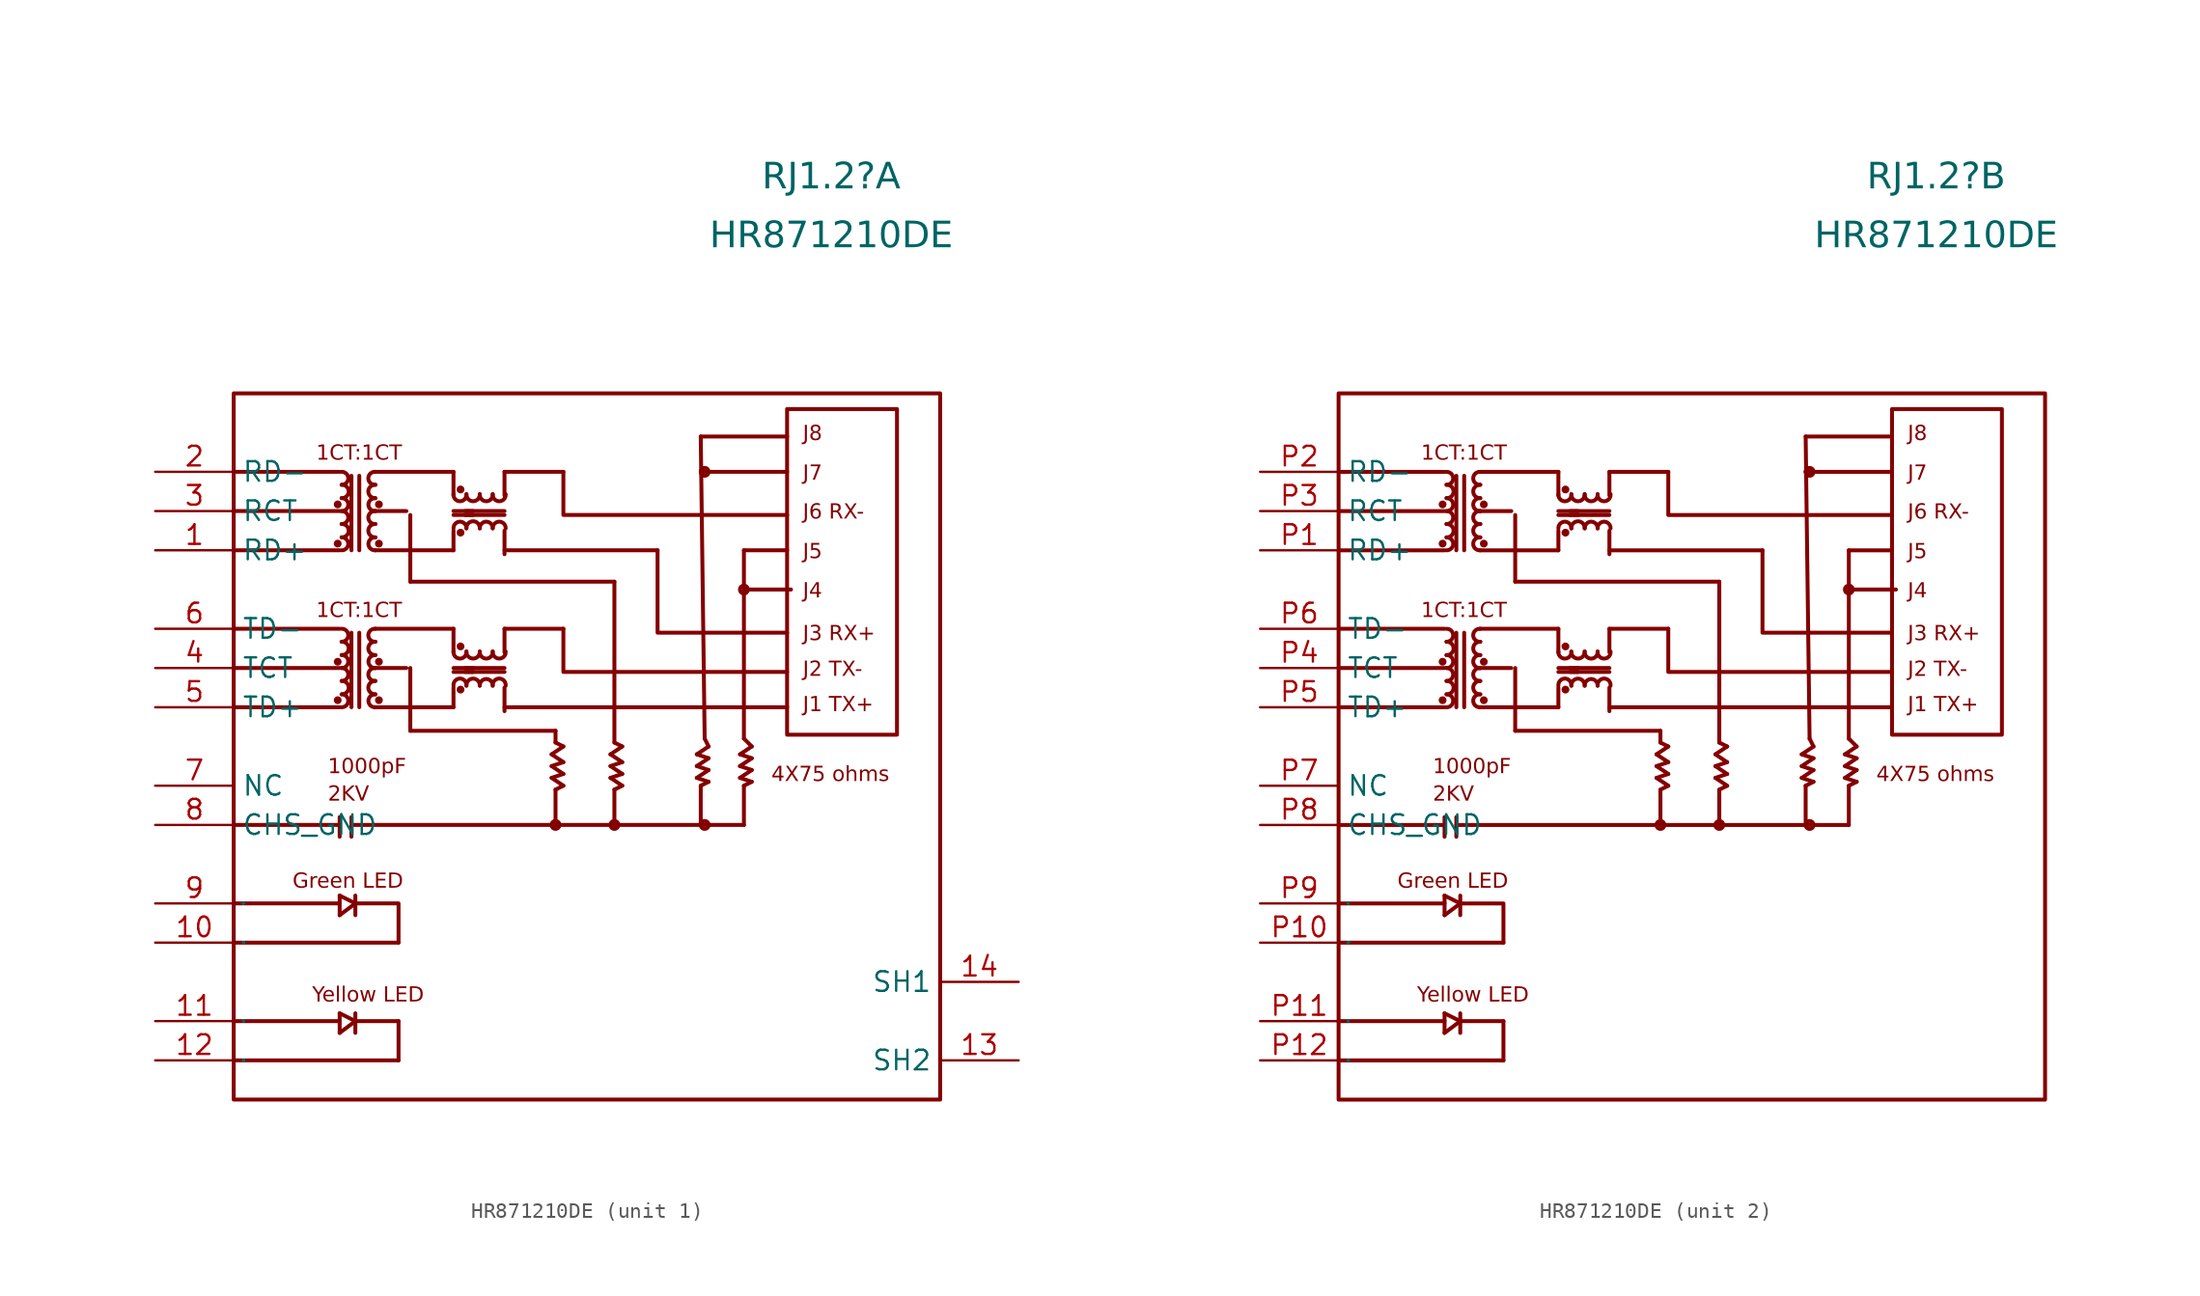
<source format=kicad_sym>
(kicad_symbol_lib
  (version 20241209)
  (generator "kicad_symbol_editor")
  (generator_version "9.0")
  (symbol "HR871210DE"
    (property "Reference" "RJ1.2"
      (at 15.812 36.83 0)
      (effects (font (face "Arial") (size 1.689 1.689))))
    (property "Value" "HR871210DE"
      (at 15.812 33.02 0)
      (effects (font (face "Arial") (size 1.689 1.689))))
    (property "ki_locked" ""
      (at 0 0 0)
      (effects (font (size 1.27 1.27))))
    (symbol "HR871210DE_0_0"
      (rectangle (start -22.86 22.86) (end 22.86 -22.86) (stroke (width 0.254) (type solid)) (fill (type none)))
      (circle (center -16.129 15.672) (radius 0.0001) (stroke (width 0.254) (type solid)) (fill (type background)))
      (circle (center -16.129 13.132) (radius 0.0001) (stroke (width 0.254) (type solid)) (fill (type background)))
      (circle (center -16.129 5.486) (radius 0.0001) (stroke (width 0.254) (type solid)) (fill (type background)))
      (circle (center -16.129 2.997) (radius 0.0001) (stroke (width 0.254) (type solid)) (fill (type background)))
      (polyline (pts (xy -16.002 17.78) (xy -22.86 17.78)) (stroke (width 0.254) (type solid)) (fill (type none)))
      (polyline (pts (xy -16.002 15.24) (xy -22.86 15.24)) (stroke (width 0.254) (type solid)) (fill (type none)))
      (polyline (pts (xy -16.002 12.7) (xy -22.86 12.7)) (stroke (width 0.254) (type solid)) (fill (type none)))
      (polyline (pts (xy -16.002 7.62) (xy -22.86 7.62)) (stroke (width 0.254) (type solid)) (fill (type none)))
      (polyline (pts (xy -16.002 5.08) (xy -22.86 5.08)) (stroke (width 0.254) (type solid)) (fill (type none)))
      (polyline (pts (xy -16.002 2.54) (xy -22.86 2.54)) (stroke (width 0.254) (type solid)) (fill (type none)))
      (polyline (pts (xy -16.002 -4.572) (xy -16.002 -5.842)) (stroke (width 0.254) (type solid)) (fill (type none)))
      (polyline (pts (xy -16.002 -5.08) (xy -22.86 -5.08)) (stroke (width 0.254) (type solid)) (fill (type none)))
      (polyline (pts (xy -16.002 -9.652) (xy -16.002 -10.922)) (stroke (width 0.254) (type solid)) (fill (type none)))
      (polyline (pts (xy -16.002 -10.16) (xy -22.86 -10.16)) (stroke (width 0.254) (type solid)) (fill (type none)))
      (polyline (pts (xy -16.002 -17.272) (xy -16.002 -18.542)) (stroke (width 0.254) (type solid)) (fill (type none)))
      (polyline (pts (xy -16.002 -17.78) (xy -22.86 -17.78)) (stroke (width 0.254) (type solid)) (fill (type none)))
      (arc (start -15.875 17.78) (mid -15.4422 17.3609) (end -15.875 16.9418) (stroke (width 0.254) (type solid)) (fill (type none)))
      (arc (start -15.875 16.0782) (mid -15.4422 15.6591) (end -15.875 15.24) (stroke (width 0.254) (type solid)) (fill (type none)))
      (arc (start -15.875 15.24) (mid -15.4422 14.8209) (end -15.875 14.4018) (stroke (width 0.254) (type solid)) (fill (type none)))
      (arc (start -15.875 13.5382) (mid -15.4422 13.1191) (end -15.875 12.7) (stroke (width 0.254) (type solid)) (fill (type none)))
      (arc (start -15.875 7.62) (mid -15.4422 7.2009) (end -15.875 6.7818) (stroke (width 0.254) (type solid)) (fill (type none)))
      (arc (start -15.875 5.9182) (mid -15.4422 5.4991) (end -15.875 5.08) (stroke (width 0.254) (type solid)) (fill (type none)))
      (arc (start -15.875 5.08) (mid -15.4422 4.6609) (end -15.875 4.2418) (stroke (width 0.254) (type solid)) (fill (type none)))
      (arc (start -15.875 3.3782) (mid -15.4422 2.9591) (end -15.875 2.54) (stroke (width 0.254) (type solid)) (fill (type none)))
      (arc (start -15.875 16.9418) (mid -15.4171 16.51) (end -15.875 16.0782) (stroke (width 0.254) (type solid)) (fill (type none)))
      (arc (start -15.875 14.4018) (mid -15.4171 13.97) (end -15.875 13.5382) (stroke (width 0.254) (type solid)) (fill (type none)))
      (arc (start -15.875 6.7818) (mid -15.4171 6.35) (end -15.875 5.9182) (stroke (width 0.254) (type solid)) (fill (type none)))
      (arc (start -15.875 4.2418) (mid -15.4171 3.81) (end -15.875 3.3782) (stroke (width 0.254) (type solid)) (fill (type none)))
      (polyline (pts (xy -15.24 17.526) (xy -15.24 12.7)) (stroke (width 0.254) (type solid)) (fill (type none)))
      (polyline (pts (xy -15.24 7.366) (xy -15.24 2.54)) (stroke (width 0.254) (type solid)) (fill (type none)))
      (polyline (pts (xy -15.24 -4.572) (xy -15.24 -5.842)) (stroke (width 0.254) (type solid)) (fill (type none)))
      (polyline (pts (xy -14.986 -9.652) (xy -14.986 -10.922)) (stroke (width 0.254) (type solid)) (fill (type none)))
      (polyline (pts (xy -14.986 -10.16) (xy -16.002 -9.652)) (stroke (width 0.254) (type solid)) (fill (type none)))
      (polyline (pts (xy -14.986 -10.16) (xy -16.002 -10.922)) (stroke (width 0.254) (type solid)) (fill (type none)))
      (polyline (pts (xy -14.986 -10.16) (xy -12.192 -10.16) (xy -12.192 -12.7)) (stroke (width 0.254) (type solid)) (fill (type none)))
      (polyline (pts (xy -14.986 -17.272) (xy -14.986 -18.542)) (stroke (width 0.254) (type solid)) (fill (type none)))
      (polyline (pts (xy -14.986 -17.78) (xy -16.002 -17.272)) (stroke (width 0.254) (type solid)) (fill (type none)))
      (polyline (pts (xy -14.986 -17.78) (xy -16.002 -18.542)) (stroke (width 0.254) (type solid)) (fill (type none)))
      (polyline (pts (xy -14.986 -17.78) (xy -12.192 -17.78)) (stroke (width 0.254) (type solid)) (fill (type none)))
      (polyline (pts (xy -14.732 17.526) (xy -14.732 12.7)) (stroke (width 0.254) (type solid)) (fill (type none)))
      (polyline (pts (xy -14.732 7.366) (xy -14.732 2.54)) (stroke (width 0.254) (type solid)) (fill (type none)))
      (arc (start -13.6906 16.9418) (mid -14.1488 17.3609) (end -13.6906 17.78) (stroke (width 0.254) (type solid)) (fill (type none)))
      (arc (start -13.6906 15.24) (mid -14.1488 15.6591) (end -13.6906 16.0782) (stroke (width 0.254) (type solid)) (fill (type none)))
      (arc (start -13.6906 14.4018) (mid -14.1488 14.8209) (end -13.6906 15.24) (stroke (width 0.254) (type solid)) (fill (type none)))
      (arc (start -13.6906 12.7) (mid -14.1488 13.1191) (end -13.6906 13.5382) (stroke (width 0.254) (type solid)) (fill (type none)))
      (arc (start -13.6906 6.7818) (mid -14.1488 7.2009) (end -13.6906 7.62) (stroke (width 0.254) (type solid)) (fill (type none)))
      (arc (start -13.6906 5.08) (mid -14.1488 5.4991) (end -13.6906 5.9182) (stroke (width 0.254) (type solid)) (fill (type none)))
      (arc (start -13.6906 4.2418) (mid -14.1488 4.6609) (end -13.6906 5.08) (stroke (width 0.254) (type solid)) (fill (type none)))
      (arc (start -13.6906 2.54) (mid -14.1488 2.9591) (end -13.6906 3.3782) (stroke (width 0.254) (type solid)) (fill (type none)))
      (polyline (pts (xy -13.716 17.78) (xy -8.636 17.78)) (stroke (width 0.254) (type solid)) (fill (type none)))
      (arc (start -13.6906 16.0782) (mid -14.1485 16.51) (end -13.6906 16.9418) (stroke (width 0.254) (type solid)) (fill (type none)))
      (polyline (pts (xy -13.716 15.24) (xy -11.684 15.24)) (stroke (width 0.254) (type solid)) (fill (type none)))
      (arc (start -13.6906 13.5382) (mid -14.1485 13.97) (end -13.6906 14.4018) (stroke (width 0.254) (type solid)) (fill (type none)))
      (polyline (pts (xy -13.716 12.7) (xy -8.636 12.7)) (stroke (width 0.254) (type solid)) (fill (type none)))
      (polyline (pts (xy -13.716 7.62) (xy -8.636 7.62)) (stroke (width 0.254) (type solid)) (fill (type none)))
      (arc (start -13.6906 5.9182) (mid -14.1485 6.35) (end -13.6906 6.7818) (stroke (width 0.254) (type solid)) (fill (type none)))
      (polyline (pts (xy -13.716 5.08) (xy -11.684 5.08)) (stroke (width 0.254) (type solid)) (fill (type none)))
      (arc (start -13.6906 3.3782) (mid -14.1485 3.81) (end -13.6906 4.2418) (stroke (width 0.254) (type solid)) (fill (type none)))
      (polyline (pts (xy -13.716 2.54) (xy -8.636 2.54)) (stroke (width 0.254) (type solid)) (fill (type none)))
      (circle (center -13.462 15.672) (radius 0.0001) (stroke (width 0.254) (type solid)) (fill (type background)))
      (circle (center -13.462 13.132) (radius 0.0001) (stroke (width 0.254) (type solid)) (fill (type background)))
      (circle (center -13.462 5.486) (radius 0.0001) (stroke (width 0.254) (type solid)) (fill (type background)))
      (circle (center -13.462 2.997) (radius 0.0001) (stroke (width 0.254) (type solid)) (fill (type background)))
      (polyline (pts (xy -12.192 -12.7) (xy -22.86 -12.7)) (stroke (width 0.254) (type solid)) (fill (type none)))
      (polyline (pts (xy -12.192 -17.78) (xy -12.192 -20.32)) (stroke (width 0.254) (type solid)) (fill (type none)))
      (polyline (pts (xy -12.192 -20.32) (xy -22.86 -20.32)) (stroke (width 0.254) (type solid)) (fill (type none)))
      (polyline (pts (xy -11.43 10.668) (xy -11.43 14.986)) (stroke (width 0.254) (type solid)) (fill (type none)))
      (polyline (pts (xy -11.43 5.08) (xy -11.43 1.016)) (stroke (width 0.254) (type solid)) (fill (type none)))
      (polyline (pts (xy -8.636 17.78) (xy -8.636 16.256)) (stroke (width 0.254) (type solid)) (fill (type none)))
      (polyline (pts (xy -8.636 15.24) (xy -7.366 15.24)) (stroke (width 0.254) (type solid)) (fill (type none)))
      (polyline (pts (xy -8.636 14.986) (xy -7.366 14.986)) (stroke (width 0.254) (type solid)) (fill (type none)))
      (polyline (pts (xy -8.636 13.97) (xy -8.636 12.7)) (stroke (width 0.254) (type solid)) (fill (type none)))
      (polyline (pts (xy -8.636 6.096) (xy -8.636 7.62)) (stroke (width 0.254) (type solid)) (fill (type none)))
      (polyline (pts (xy -8.636 5.08) (xy -7.366 5.08)) (stroke (width 0.254) (type solid)) (fill (type none)))
      (polyline (pts (xy -8.636 4.826) (xy -7.366 4.826)) (stroke (width 0.254) (type solid)) (fill (type none)))
      (polyline (pts (xy -8.636 2.54) (xy -8.636 3.81)) (stroke (width 0.254) (type solid)) (fill (type none)))
      (arc (start -7.7978 16.3322) (mid -8.2169 15.874) (end -8.636 16.3322) (stroke (width 0.254) (type solid)) (fill (type none)))
      (arc (start -8.636 14.1224) (mid -8.2169 14.5552) (end -7.7978 14.1224) (stroke (width 0.254) (type solid)) (fill (type none)))
      (arc (start -7.7978 6.1468) (mid -8.2169 5.6886) (end -8.636 6.1468) (stroke (width 0.254) (type solid)) (fill (type none)))
      (arc (start -8.636 3.937) (mid -8.2169 4.3977) (end -7.7978 3.937) (stroke (width 0.254) (type solid)) (fill (type none)))
      (circle (center -8.179 16.637) (radius 0.0001) (stroke (width 0.254) (type solid)) (fill (type background)))
      (circle (center -8.179 13.843) (radius 0.0001) (stroke (width 0.254) (type solid)) (fill (type background)))
      (circle (center -8.179 6.477) (radius 0.0001) (stroke (width 0.254) (type solid)) (fill (type background)))
      (circle (center -8.179 3.683) (radius 0.0001) (stroke (width 0.254) (type solid)) (fill (type background)))
      (arc (start -6.9342 16.3322) (mid -7.366 15.8743) (end -7.7978 16.3322) (stroke (width 0.254) (type solid)) (fill (type none)))
      (arc (start -7.7978 14.1224) (mid -7.366 14.5803) (end -6.9342 14.1224) (stroke (width 0.254) (type solid)) (fill (type none)))
      (arc (start -6.9342 6.1468) (mid -7.366 5.6889) (end -7.7978 6.1468) (stroke (width 0.254) (type solid)) (fill (type none)))
      (arc (start -7.7978 3.937) (mid -7.366 4.3949) (end -6.9342 3.937) (stroke (width 0.254) (type solid)) (fill (type none)))
      (arc (start -6.096 16.3322) (mid -6.5151 15.874) (end -6.9342 16.3322) (stroke (width 0.254) (type solid)) (fill (type none)))
      (arc (start -6.9342 14.1224) (mid -6.5151 14.5552) (end -6.096 14.1224) (stroke (width 0.254) (type solid)) (fill (type none)))
      (arc (start -6.096 6.1468) (mid -6.5151 5.6886) (end -6.9342 6.1468) (stroke (width 0.254) (type solid)) (fill (type none)))
      (arc (start -6.9342 3.937) (mid -6.5151 4.3698) (end -6.096 3.937) (stroke (width 0.254) (type solid)) (fill (type none)))
      (arc (start -5.2578 16.3322) (mid -5.6769 15.874) (end -6.096 16.3322) (stroke (width 0.254) (type solid)) (fill (type none)))
      (arc (start -6.096 14.1224) (mid -5.6769 14.5552) (end -5.2578 14.1224) (stroke (width 0.254) (type solid)) (fill (type none)))
      (arc (start -5.2578 6.1468) (mid -5.6769 5.6886) (end -6.096 6.1468) (stroke (width 0.254) (type solid)) (fill (type none)))
      (arc (start -6.096 3.937) (mid -5.6769 4.3977) (end -5.2578 3.937) (stroke (width 0.254) (type solid)) (fill (type none)))
      (polyline (pts (xy -5.334 17.78) (xy -1.524 17.78)) (stroke (width 0.254) (type solid)) (fill (type none)))
      (polyline (pts (xy -5.334 16.256) (xy -5.334 17.78)) (stroke (width 0.254) (type solid)) (fill (type none)))
      (polyline (pts (xy -5.334 15.24) (xy -7.874 15.24)) (stroke (width 0.254) (type solid)) (fill (type none)))
      (polyline (pts (xy -5.334 14.986) (xy -7.874 14.986)) (stroke (width 0.254) (type solid)) (fill (type none)))
      (polyline (pts (xy -5.334 13.97) (xy -5.334 12.7) (xy -5.334 12.446)) (stroke (width 0.254) (type solid)) (fill (type none)))
      (polyline (pts (xy -5.334 7.62) (xy -1.524 7.62)) (stroke (width 0.254) (type solid)) (fill (type none)))
      (polyline (pts (xy -5.334 6.096) (xy -5.334 7.62)) (stroke (width 0.254) (type solid)) (fill (type none)))
      (polyline (pts (xy -5.334 5.08) (xy -7.874 5.08)) (stroke (width 0.254) (type solid)) (fill (type none)))
      (polyline (pts (xy -5.334 4.826) (xy -7.874 4.826)) (stroke (width 0.254) (type solid)) (fill (type none)))
      (polyline (pts (xy -5.334 3.81) (xy -5.334 2.54) (xy -5.334 2.286)) (stroke (width 0.254) (type solid)) (fill (type none)))
      (polyline (pts (xy -2.032 1.016) (xy -11.43 1.016)) (stroke (width 0.254) (type solid)) (fill (type none)))
      (polyline (pts (xy -2.032 1.016) (xy -2.032 0.254)) (stroke (width 0.254) (type solid)) (fill (type none)))
      (polyline (pts (xy -2.032 -2.794) (xy -2.032 -5.08)) (stroke (width 0.254) (type solid)) (fill (type none)))
      (circle (center -2.032 -5.08) (radius 0.254) (stroke (width 0.254) (type solid)) (fill (type background)))
      (polyline (pts (xy -1.524 0) (xy -2.286 -0.508)) (stroke (width 0.254) (type solid)) (fill (type none)))
      (polyline (pts (xy -1.524 0) (xy -2.032 0.254)) (stroke (width 0.254) (type solid)) (fill (type none)))
      (polyline (pts (xy -1.524 -1.016) (xy -2.286 -0.508)) (stroke (width 0.254) (type solid)) (fill (type none)))
      (polyline (pts (xy -1.524 -1.016) (xy -2.286 -1.27)) (stroke (width 0.254) (type solid)) (fill (type none)))
      (polyline (pts (xy -1.524 -1.778) (xy -2.286 -1.27)) (stroke (width 0.254) (type solid)) (fill (type none)))
      (polyline (pts (xy -1.524 -1.778) (xy -2.286 -2.032)) (stroke (width 0.254) (type solid)) (fill (type none)))
      (polyline (pts (xy -1.524 -2.54) (xy -2.286 -2.032)) (stroke (width 0.254) (type solid)) (fill (type none)))
      (polyline (pts (xy -1.524 -2.54) (xy -2.032 -2.794)) (stroke (width 0.254) (type solid)) (fill (type none)))
      (polyline (pts (xy 1.778 10.668) (xy -11.43 10.668)) (stroke (width 0.254) (type solid)) (fill (type none)))
      (polyline (pts (xy 1.778 0.254) (xy 1.778 10.668)) (stroke (width 0.254) (type solid)) (fill (type none)))
      (polyline (pts (xy 1.778 -2.794) (xy 1.778 -5.08)) (stroke (width 0.254) (type solid)) (fill (type none)))
      (circle (center 1.778 -5.08) (radius 0.254) (stroke (width 0.254) (type solid)) (fill (type background)))
      (polyline (pts (xy 2.286 0) (xy 1.524 -0.508)) (stroke (width 0.254) (type solid)) (fill (type none)))
      (polyline (pts (xy 2.286 0) (xy 1.778 0.254)) (stroke (width 0.254) (type solid)) (fill (type none)))
      (polyline (pts (xy 2.286 -1.016) (xy 1.524 -0.508)) (stroke (width 0.254) (type solid)) (fill (type none)))
      (polyline (pts (xy 2.286 -1.016) (xy 1.524 -1.27)) (stroke (width 0.254) (type solid)) (fill (type none)))
      (polyline (pts (xy 2.286 -1.778) (xy 1.524 -1.27)) (stroke (width 0.254) (type solid)) (fill (type none)))
      (polyline (pts (xy 2.286 -1.778) (xy 1.524 -2.032)) (stroke (width 0.254) (type solid)) (fill (type none)))
      (polyline (pts (xy 2.286 -2.54) (xy 1.524 -2.032)) (stroke (width 0.254) (type solid)) (fill (type none)))
      (polyline (pts (xy 2.286 -2.54) (xy 1.778 -2.794)) (stroke (width 0.254) (type solid)) (fill (type none)))
      (polyline (pts (xy 4.572 12.7) (xy -5.334 12.7)) (stroke (width 0.254) (type solid)) (fill (type none)))
      (polyline (pts (xy 7.366 -2.54) (xy 7.366 -5.08)) (stroke (width 0.254) (type solid)) (fill (type none)))
      (circle (center 7.62 17.78) (radius 0.254) (stroke (width 0.254) (type solid)) (fill (type background)))
      (polyline (pts (xy 7.62 0.508) (xy 7.366 20.066)) (stroke (width 0.254) (type solid)) (fill (type none)))
      (circle (center 7.62 -5.08) (radius 0.254) (stroke (width 0.254) (type solid)) (fill (type background)))
      (polyline (pts (xy 7.874 0) (xy 7.112 -0.508)) (stroke (width 0.254) (type solid)) (fill (type none)))
      (polyline (pts (xy 7.874 0) (xy 7.62 0.508)) (stroke (width 0.254) (type solid)) (fill (type none)))
      (polyline (pts (xy 7.874 -0.762) (xy 7.112 -0.508)) (stroke (width 0.254) (type solid)) (fill (type none)))
      (polyline (pts (xy 7.874 -0.762) (xy 7.112 -1.27)) (stroke (width 0.254) (type solid)) (fill (type none)))
      (polyline (pts (xy 7.874 -1.524) (xy 7.112 -1.27)) (stroke (width 0.254) (type solid)) (fill (type none)))
      (polyline (pts (xy 7.874 -1.524) (xy 7.112 -2.032)) (stroke (width 0.254) (type solid)) (fill (type none)))
      (polyline (pts (xy 7.874 -2.286) (xy 7.112 -2.032)) (stroke (width 0.254) (type solid)) (fill (type none)))
      (polyline (pts (xy 7.874 -2.286) (xy 7.366 -2.54)) (stroke (width 0.254) (type solid)) (fill (type none)))
      (polyline (pts (xy 10.16 12.7) (xy 12.954 12.7)) (stroke (width 0.254) (type solid)) (fill (type none)))
      (circle (center 10.16 10.16) (radius 0.254) (stroke (width 0.254) (type solid)) (fill (type background)))
      (polyline (pts (xy 10.16 0.508) (xy 10.16 12.7)) (stroke (width 0.254) (type solid)) (fill (type none)))
      (polyline (pts (xy 10.16 -2.54) (xy 10.16 -5.08)) (stroke (width 0.254) (type solid)) (fill (type none)))
      (polyline (pts (xy 10.16 -5.08) (xy -15.24 -5.08)) (stroke (width 0.254) (type solid)) (fill (type none)))
      (polyline (pts (xy 10.668 0) (xy 9.906 -0.508)) (stroke (width 0.254) (type solid)) (fill (type none)))
      (polyline (pts (xy 10.668 0) (xy 10.16 0.508)) (stroke (width 0.254) (type solid)) (fill (type none)))
      (polyline (pts (xy 10.668 -0.762) (xy 9.906 -0.508)) (stroke (width 0.254) (type solid)) (fill (type none)))
      (polyline (pts (xy 10.668 -0.762) (xy 9.906 -1.27)) (stroke (width 0.254) (type solid)) (fill (type none)))
      (polyline (pts (xy 10.668 -1.524) (xy 9.906 -1.27)) (stroke (width 0.254) (type solid)) (fill (type none)))
      (polyline (pts (xy 10.668 -1.524) (xy 9.906 -2.032)) (stroke (width 0.254) (type solid)) (fill (type none)))
      (polyline (pts (xy 10.668 -2.286) (xy 9.906 -2.032)) (stroke (width 0.254) (type solid)) (fill (type none)))
      (polyline (pts (xy 10.668 -2.286) (xy 10.16 -2.54)) (stroke (width 0.254) (type solid)) (fill (type none)))
      (polyline (pts (xy 12.954 21.844) (xy 12.954 0.762) (xy 20.066 0.762) (xy 20.066 21.844) (xy 12.954 21.844)) (stroke (width 0.254) (type solid)) (fill (type none)))
      (polyline (pts (xy 12.954 20.066) (xy 7.366 20.066)) (stroke (width 0.254) (type solid)) (fill (type none)))
      (polyline (pts (xy 12.954 17.78) (xy 7.366 17.78)) (stroke (width 0.254) (type solid)) (fill (type none)))
      (polyline (pts (xy 12.954 14.986) (xy -1.524 14.986) (xy -1.524 17.78)) (stroke (width 0.254) (type solid)) (fill (type none)))
      (polyline (pts (xy 12.954 7.366) (xy 4.572 7.366) (xy 4.572 12.7)) (stroke (width 0.254) (type solid)) (fill (type none)))
      (polyline (pts (xy 12.954 4.826) (xy -1.524 4.826) (xy -1.524 7.62)) (stroke (width 0.254) (type solid)) (fill (type none)))
      (polyline (pts (xy 12.954 2.54) (xy -5.334 2.54)) (stroke (width 0.254) (type solid)) (fill (type none)))
      (polyline (pts (xy 13.208 10.16) (xy 10.16 10.16)) (stroke (width 0.254) (type solid)) (fill (type none)))
      (text "Green LED" (at -19.05 -8.179 0) (effects (font (face "Arial") (size 0.965 0.965)) (justify left top)))
      (text "Yellow LED" (at -17.78 -15.545 0) (effects (font (face "Arial") (size 0.965 0.965)) (justify left top)))
      (text "1CT:1CT" (at -17.526 19.533 0) (effects (font (face "Arial") (size 0.965 0.965)) (justify left top)))
      (text "1CT:1CT" (at -17.526 9.347 0) (effects (font (face "Arial") (size 0.965 0.965)) (justify left top)))
      (text "1000pF" (at -16.764 -0.762 0) (effects (font (face "Arial") (size 0.965 0.965)) (justify left top)))
      (text "2KV" (at -16.764 -2.54 0) (effects (font (face "Arial") (size 0.965 0.965)) (justify left top)))
      (text "4X75 ohms" (at 11.938 -1.27 0) (effects (font (face "Arial") (size 0.965 0.965)) (justify left top)))
      (text "J8" (at 13.97 20.803 0) (effects (font (face "Arial") (size 0.965 0.965)) (justify left top)))
      (text "J7" (at 13.97 18.237 0) (effects (font (face "Arial") (size 0.965 0.965)) (justify left top)))
      (text "J6 RX-" (at 13.97 15.723 0) (effects (font (face "Arial") (size 0.965 0.965)) (justify left top)))
      (text "J5" (at 13.97 13.157 0) (effects (font (face "Arial") (size 0.965 0.965)) (justify left top)))
      (text "J4" (at 13.97 10.617 0) (effects (font (face "Arial") (size 0.965 0.965)) (justify left top)))
      (text "J3 RX+" (at 13.97 7.849 0) (effects (font (face "Arial") (size 0.965 0.965)) (justify left top)))
      (text "J2 TX-" (at 13.97 5.537 0) (effects (font (face "Arial") (size 0.965 0.965)) (justify left top)))
      (text "J1 TX+" (at 13.97 3.251 0) (effects (font (face "Arial") (size 0.965 0.965)) (justify left top))))
    (symbol "HR871210DE_1_0"
      (pin passive line (at -27.94 17.78 0) (length 5.08) (name "RD-" (effects (font (size 1.27 1.27)))) (number "2" (effects (font (size 1.27 1.27)))))
      (pin passive line (at -27.94 15.24 0) (length 5.08) (name "RCT" (effects (font (size 1.27 1.27)))) (number "3" (effects (font (size 1.27 1.27)))))
      (pin passive line (at -27.94 12.7 0) (length 5.08) (name "RD+" (effects (font (size 1.27 1.27)))) (number "1" (effects (font (size 1.27 1.27)))))
      (pin passive line (at -27.94 7.62 0) (length 5.08) (name "TD-" (effects (font (size 1.27 1.27)))) (number "6" (effects (font (size 1.27 1.27)))))
      (pin passive line (at -27.94 5.08 0) (length 5.08) (name "TCT" (effects (font (size 1.27 1.27)))) (number "4" (effects (font (size 1.27 1.27)))))
      (pin passive line (at -27.94 2.54 0) (length 5.08) (name "TD+" (effects (font (size 1.27 1.27)))) (number "5" (effects (font (size 1.27 1.27)))))
      (pin passive line (at -27.94 -2.54 0) (length 5.08) (name "NC" (effects (font (size 1.27 1.27)))) (number "7" (effects (font (size 1.27 1.27)))))
      (pin passive line (at -27.94 -5.08 0) (length 5.08) (name "CHS_GND" (effects (font (size 1.27 1.27)))) (number "8" (effects (font (size 1.27 1.27)))))
      (pin passive line (at -27.94 -10.16 0) (length 5.08) (name "9" (effects (font (size 0.025 0.025)))) (number "9" (effects (font (size 1.27 1.27)))))
      (pin passive line (at -27.94 -12.7 0) (length 5.08) (name "10" (effects (font (size 0.025 0.025)))) (number "10" (effects (font (size 1.27 1.27)))))
      (pin passive line (at -27.94 -17.78 0) (length 5.08) (name "11" (effects (font (size 0.025 0.025)))) (number "11" (effects (font (size 1.27 1.27)))))
      (pin passive line (at -27.94 -20.32 0) (length 5.08) (name "12" (effects (font (size 0.025 0.025)))) (number "12" (effects (font (size 1.27 1.27)))))
      (pin power_in line (at 27.94 -15.24 180) (length 5.08) (name "SH1" (effects (font (size 1.27 1.27)))) (number "14" (effects (font (size 1.27 1.27)))))
      (pin power_in line (at 27.94 -20.32 180) (length 5.08) (name "SH2" (effects (font (size 1.27 1.27)))) (number "13" (effects (font (size 1.27 1.27))))))
    (symbol "HR871210DE_2_0"
      (pin passive line (at -27.94 17.78 0) (length 5.08) (name "RD-" (effects (font (size 1.27 1.27)))) (number "P2" (effects (font (size 1.27 1.27)))))
      (pin passive line (at -27.94 15.24 0) (length 5.08) (name "RCT" (effects (font (size 1.27 1.27)))) (number "P3" (effects (font (size 1.27 1.27)))))
      (pin passive line (at -27.94 12.7 0) (length 5.08) (name "RD+" (effects (font (size 1.27 1.27)))) (number "P1" (effects (font (size 1.27 1.27)))))
      (pin passive line (at -27.94 7.62 0) (length 5.08) (name "TD-" (effects (font (size 1.27 1.27)))) (number "P6" (effects (font (size 1.27 1.27)))))
      (pin passive line (at -27.94 5.08 0) (length 5.08) (name "TCT" (effects (font (size 1.27 1.27)))) (number "P4" (effects (font (size 1.27 1.27)))))
      (pin passive line (at -27.94 2.54 0) (length 5.08) (name "TD+" (effects (font (size 1.27 1.27)))) (number "P5" (effects (font (size 1.27 1.27)))))
      (pin passive line (at -27.94 -2.54 0) (length 5.08) (name "NC" (effects (font (size 1.27 1.27)))) (number "P7" (effects (font (size 1.27 1.27)))))
      (pin power_in line (at -27.94 -5.08 0) (length 5.08) (name "CHS_GND" (effects (font (size 1.27 1.27)))) (number "P8" (effects (font (size 1.27 1.27)))))
      (pin passive line (at -27.94 -10.16 0) (length 5.08) (name "9" (effects (font (size 0.025 0.025)))) (number "P9" (effects (font (size 1.27 1.27)))))
      (pin passive line (at -27.94 -12.7 0) (length 5.08) (name "10" (effects (font (size 0.025 0.025)))) (number "P10" (effects (font (size 1.27 1.27)))))
      (pin passive line (at -27.94 -17.78 0) (length 5.08) (name "11" (effects (font (size 0.025 0.025)))) (number "P11" (effects (font (size 1.27 1.27)))))
      (pin passive line (at -27.94 -20.32 0) (length 5.08) (name "12" (effects (font (size 0.025 0.025)))) (number "P12" (effects (font (size 1.27 1.27))))))))
</source>
